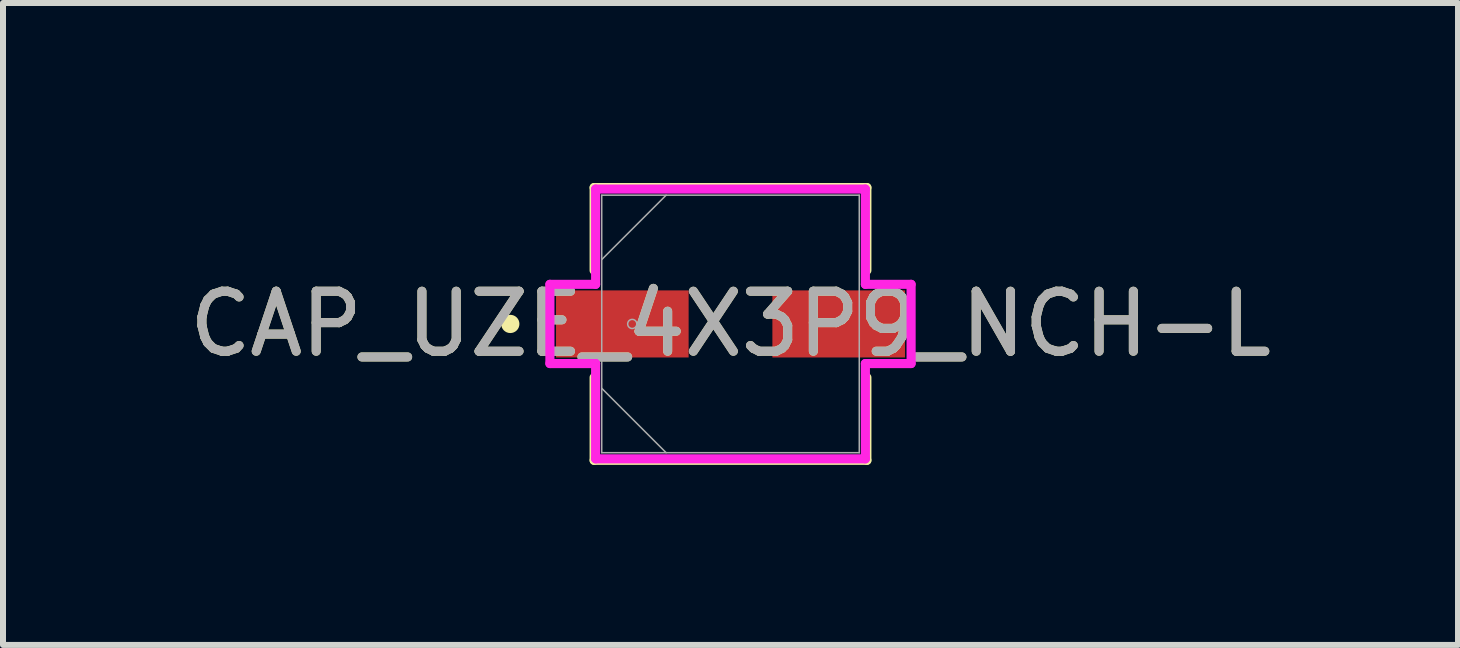
<source format=kicad_pcb>
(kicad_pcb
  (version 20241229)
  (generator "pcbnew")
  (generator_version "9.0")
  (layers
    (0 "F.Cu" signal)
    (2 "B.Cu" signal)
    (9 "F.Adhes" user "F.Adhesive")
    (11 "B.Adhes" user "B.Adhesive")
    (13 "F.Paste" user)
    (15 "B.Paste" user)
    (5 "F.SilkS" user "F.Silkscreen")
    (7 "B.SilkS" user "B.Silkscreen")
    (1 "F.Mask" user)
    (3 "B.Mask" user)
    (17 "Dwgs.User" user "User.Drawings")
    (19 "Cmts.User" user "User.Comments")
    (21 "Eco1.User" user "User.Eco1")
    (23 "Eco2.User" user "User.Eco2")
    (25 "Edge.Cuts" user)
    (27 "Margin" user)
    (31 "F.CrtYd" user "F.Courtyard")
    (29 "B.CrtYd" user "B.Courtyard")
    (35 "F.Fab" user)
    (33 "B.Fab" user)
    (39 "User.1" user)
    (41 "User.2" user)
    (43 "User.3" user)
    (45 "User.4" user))
  (footprint "CAP_UZE_4X3P9_NCH-L"
    (layer "F.Cu")
    (at 9.125 2.349)
    (property "Reference" "CAP_UZE_4X3P9_NCH-L" (at 0 0 0) (unlocked yes) (layer "F.SilkS") (effects (font (size 1 1) (thickness 0.15))))
    (attr smd)
    (fp_line (start -2.273 -2.273) (end -2.273 -0.892) (stroke (width 0.152) (type solid)) (layer "F.SilkS"))
    (fp_line (start -2.273 0.892) (end -2.273 2.273) (stroke (width 0.152) (type solid)) (layer "F.SilkS"))
    (fp_line (start -2.273 2.273) (end 2.273 2.273) (stroke (width 0.152) (type solid)) (layer "F.SilkS"))
    (fp_line (start 2.273 -2.273) (end -2.273 -2.273) (stroke (width 0.152) (type solid)) (layer "F.SilkS"))
    (fp_line (start 2.273 -0.892) (end 2.273 -2.273) (stroke (width 0.152) (type solid)) (layer "F.SilkS"))
    (fp_line (start 2.273 2.273) (end 2.273 0.892) (stroke (width 0.152) (type solid)) (layer "F.SilkS"))
    (fp_circle (center -3.67 0) (end -3.594 0) (stroke (width 0.152) (type solid)) (fill no) (layer "F.SilkS"))
    (fp_line (start -3.01 -0.66) (end -2.248 -0.66) (stroke (width 0.152) (type solid)) (layer "F.CrtYd"))
    (fp_line (start -3.01 0.66) (end -3.01 -0.66) (stroke (width 0.152) (type solid)) (layer "F.CrtYd"))
    (fp_line (start -2.248 -2.248) (end 2.248 -2.248) (stroke (width 0.152) (type solid)) (layer "F.CrtYd"))
    (fp_line (start -2.248 -0.66) (end -2.248 -2.248) (stroke (width 0.152) (type solid)) (layer "F.CrtYd"))
    (fp_line (start -2.248 0.66) (end -3.01 0.66) (stroke (width 0.152) (type solid)) (layer "F.CrtYd"))
    (fp_line (start -2.248 2.248) (end -2.248 0.66) (stroke (width 0.152) (type solid)) (layer "F.CrtYd"))
    (fp_line (start 2.248 -2.248) (end 2.248 -0.66) (stroke (width 0.152) (type solid)) (layer "F.CrtYd"))
    (fp_line (start 2.248 -0.66) (end 3.01 -0.66) (stroke (width 0.152) (type solid)) (layer "F.CrtYd"))
    (fp_line (start 2.248 0.66) (end 2.248 2.248) (stroke (width 0.152) (type solid)) (layer "F.CrtYd"))
    (fp_line (start 2.248 2.248) (end -2.248 2.248) (stroke (width 0.152) (type solid)) (layer "F.CrtYd"))
    (fp_line (start 3.01 -0.66) (end 3.01 0.66) (stroke (width 0.152) (type solid)) (layer "F.CrtYd"))
    (fp_line (start 3.01 0.66) (end 2.248 0.66) (stroke (width 0.152) (type solid)) (layer "F.CrtYd"))
    (fp_line (start -2.146 -2.146) (end -2.146 2.146) (stroke (width 0.025) (type solid)) (layer "F.Fab"))
    (fp_line (start -2.146 -1.073) (end -1.073 -2.146) (stroke (width 0.025) (type solid)) (layer "F.Fab"))
    (fp_line (start -2.146 1.073) (end -1.073 2.146) (stroke (width 0.025) (type solid)) (layer "F.Fab"))
    (fp_line (start -2.146 2.146) (end 2.146 2.146) (stroke (width 0.025) (type solid)) (layer "F.Fab"))
    (fp_line (start 2.146 -2.146) (end -2.146 -2.146) (stroke (width 0.025) (type solid)) (layer "F.Fab"))
    (fp_line (start 2.146 2.146) (end 2.146 -2.146) (stroke (width 0.025) (type solid)) (layer "F.Fab"))
    (fp_circle (center -1.638 0) (end -1.562 0) (stroke (width 0.025) (type solid)) (fill no) (layer "F.Fab"))
    (fp_text user "${REFERENCE}" (at 0 0 0) (unlocked yes) (layer "F.Fab") (effects (font (size 1 1) (thickness 0.15))))
    (pad "1" smd rect (at -1.803 0) (size 2.21 1.118) (layers "F.Cu" "F.Mask" "F.Paste"))
    (pad "2" smd rect (at 1.803 0) (size 2.21 1.118) (layers "F.Cu" "F.Mask" "F.Paste"))
    (zone (net_name "") (layer "F.Cu") (hatch full 0.508) (connect_pads) (min_thickness 0.254) (filled_areas_thickness no) (keepout (tracks not_allowed) (vias not_allowed) (pads allowed) (copperpour not_allowed) (footprints allowed)) (placement (enabled no)) (fill) (polygon (pts (xy 7.029 0.254) (xy 11.22 0.254) (xy 11.22 1.74) (xy 7.029 1.74))))
    (zone (net_name "") (layer "F.Cu") (hatch full 0.508) (connect_pads) (min_thickness 0.254) (filled_areas_thickness no) (keepout (tracks not_allowed) (vias not_allowed) (pads allowed) (copperpour not_allowed) (footprints allowed)) (placement (enabled no)) (fill) (polygon (pts (xy 7.029 2.959) (xy 11.22 2.959) (xy 11.22 4.445) (xy 7.029 4.445))))
    (zone (net_name "") (layer "F.Cu") (hatch full 0.508) (connect_pads) (min_thickness 0.254) (filled_areas_thickness no) (keepout (tracks not_allowed) (vias not_allowed) (pads allowed) (copperpour not_allowed) (footprints allowed)) (placement (enabled no)) (fill) (polygon (pts (xy 8.477 1.74) (xy 9.773 1.74) (xy 9.773 2.959) (xy 8.477 2.959)))))
  (gr_rect
    (start -3 -3)
    (end 21.25 7.699)
    (stroke (width 0.1) (type default))
    (fill no)
    (layer "Edge.Cuts")))
</source>
